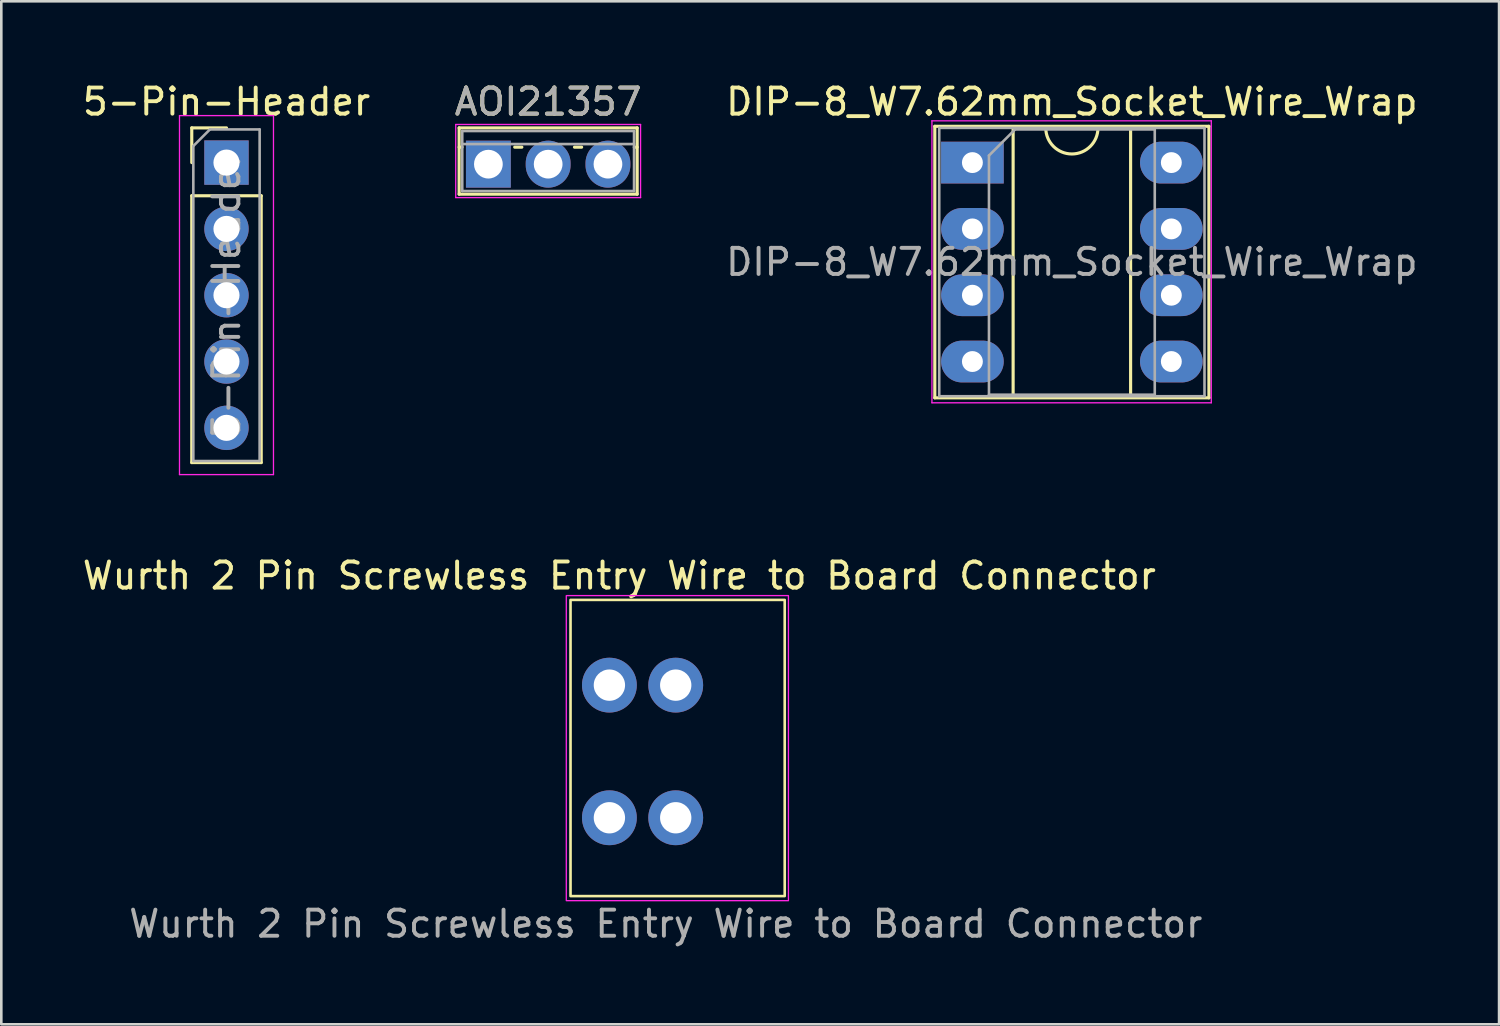
<source format=kicad_pcb>
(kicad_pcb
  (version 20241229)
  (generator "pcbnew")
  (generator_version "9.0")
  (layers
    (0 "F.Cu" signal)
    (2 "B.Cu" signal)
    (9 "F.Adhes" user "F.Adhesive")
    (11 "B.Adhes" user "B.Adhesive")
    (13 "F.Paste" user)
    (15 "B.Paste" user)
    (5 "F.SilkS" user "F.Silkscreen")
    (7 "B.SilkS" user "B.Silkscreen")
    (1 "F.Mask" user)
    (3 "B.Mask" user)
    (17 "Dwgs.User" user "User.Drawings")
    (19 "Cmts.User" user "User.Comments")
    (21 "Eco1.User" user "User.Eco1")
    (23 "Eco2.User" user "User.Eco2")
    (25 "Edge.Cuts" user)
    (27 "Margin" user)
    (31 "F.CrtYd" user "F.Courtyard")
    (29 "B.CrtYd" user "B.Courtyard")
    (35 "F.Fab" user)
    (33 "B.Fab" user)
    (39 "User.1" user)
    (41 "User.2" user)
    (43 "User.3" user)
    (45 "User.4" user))
  (footprint "Wurth 2 Pin Screwless Entry Wire to Board Connector"
    (layer "F.Cu")
    (at 21.562 25.733)
    (property "Reference" "Wurth 2 Pin Screwless Entry Wire to Board Connector" (at -0.889 -6.731 0) (unlocked yes) (layer "F.SilkS") (effects (font (size 1 1) (thickness 0.15))))
    (attr through_hole)
    (fp_rect (start -2.759 -5.805) (end 5.445 5.54) (stroke (width 0.1) (type default)) (fill no) (layer "F.SilkS"))
    (fp_rect (start -2.921 -5.969) (end 5.588 5.715) (stroke (width 0.05) (type default)) (fill no) (layer "F.CrtYd"))
    (fp_text user "${REFERENCE}" (at 0.889 6.604 0) (unlocked yes) (layer "F.Fab") (effects (font (size 1 1) (thickness 0.15))))
    (pad "1" thru_hole circle (at -1.27 -2.54) (size 2.1 2.1) (drill 1.2) (layers "*.Cu" "*.Mask"))
    (pad "1" thru_hole circle (at -1.27 2.54) (size 2.1 2.1) (drill 1.2) (layers "*.Cu" "*.Mask"))
    (pad "2" thru_hole circle (at 1.27 -2.54) (size 2.1 2.1) (drill 1.2) (layers "*.Cu" "*.Mask"))
    (pad "2" thru_hole circle (at 1.27 2.54) (size 2.1 2.1) (drill 1.2) (layers "*.Cu" "*.Mask")))
  (footprint "5-Pin-Header"
    (layer "F.Cu")
    (at 5.625 3.178)
    (property "Reference" "5-Pin-Header" (at 0 -2.33 0) (layer "F.SilkS") (effects (font (size 1 1) (thickness 0.15))))
    (attr through_hole)
    (fp_line (start -1.33 -1.33) (end 0 -1.33) (stroke (width 0.12) (type solid)) (layer "F.SilkS"))
    (fp_line (start -1.33 0) (end -1.33 -1.33) (stroke (width 0.12) (type solid)) (layer "F.SilkS"))
    (fp_line (start -1.33 1.27) (end -1.33 11.49) (stroke (width 0.12) (type solid)) (layer "F.SilkS"))
    (fp_line (start -1.33 1.27) (end 1.33 1.27) (stroke (width 0.12) (type solid)) (layer "F.SilkS"))
    (fp_line (start -1.33 11.49) (end 1.33 11.49) (stroke (width 0.12) (type solid)) (layer "F.SilkS"))
    (fp_line (start 1.33 1.27) (end 1.33 11.49) (stroke (width 0.12) (type solid)) (layer "F.SilkS"))
    (fp_line (start -1.8 -1.8) (end -1.8 11.95) (stroke (width 0.05) (type solid)) (layer "F.CrtYd"))
    (fp_line (start -1.8 11.95) (end 1.8 11.95) (stroke (width 0.05) (type solid)) (layer "F.CrtYd"))
    (fp_line (start 1.8 -1.8) (end -1.8 -1.8) (stroke (width 0.05) (type solid)) (layer "F.CrtYd"))
    (fp_line (start 1.8 11.95) (end 1.8 -1.8) (stroke (width 0.05) (type solid)) (layer "F.CrtYd"))
    (fp_line (start -1.27 -0.635) (end -0.635 -1.27) (stroke (width 0.1) (type solid)) (layer "F.Fab"))
    (fp_line (start -1.27 11.43) (end -1.27 -0.635) (stroke (width 0.1) (type solid)) (layer "F.Fab"))
    (fp_line (start -0.635 -1.27) (end 1.27 -1.27) (stroke (width 0.1) (type solid)) (layer "F.Fab"))
    (fp_line (start 1.27 -1.27) (end 1.27 11.43) (stroke (width 0.1) (type solid)) (layer "F.Fab"))
    (fp_line (start 1.27 11.43) (end -1.27 11.43) (stroke (width 0.1) (type solid)) (layer "F.Fab"))
    (fp_text user "${REFERENCE}" (at 0 5.08 90) (layer "F.Fab") (effects (font (size 1 1) (thickness 0.15))))
    (pad "1" thru_hole rect (at 0 0) (size 1.7 1.7) (drill 1) (layers "*.Cu" "*.Mask"))
    (pad "2" thru_hole oval (at 0 2.54) (size 1.7 1.7) (drill 1) (layers "*.Cu" "*.Mask"))
    (pad "3" thru_hole oval (at 0 5.08) (size 1.7 1.7) (drill 1) (layers "*.Cu" "*.Mask"))
    (pad "4" thru_hole oval (at 0 7.62) (size 1.7 1.7) (drill 1) (layers "*.Cu" "*.Mask"))
    (pad "5" thru_hole oval (at 0 10.16) (size 1.7 1.7) (drill 1) (layers "*.Cu" "*.Mask")))
  (footprint "AOI21357"
    (layer "F.Cu")
    (at 15.656 3.238)
    (property "Reference" "AOI21357" (at 2.29 -2.39 0) (layer "F.SilkS") (effects (font (size 1 1) (thickness 0.15))))
    (attr through_hole)
    (fp_line (start -1.12 -1.39) (end -1.12 1.15) (stroke (width 0.12) (type solid)) (layer "F.SilkS"))
    (fp_line (start -1.12 -1.39) (end 5.7 -1.39) (stroke (width 0.12) (type solid)) (layer "F.SilkS"))
    (fp_line (start -1.12 -0.651) (end -1.009 -0.651) (stroke (width 0.12) (type solid)) (layer "F.SilkS"))
    (fp_line (start -1.12 1.15) (end 5.7 1.15) (stroke (width 0.12) (type solid)) (layer "F.SilkS"))
    (fp_line (start 1.009 -0.651) (end 1.282 -0.651) (stroke (width 0.12) (type solid)) (layer "F.SilkS"))
    (fp_line (start 3.299 -0.651) (end 3.572 -0.651) (stroke (width 0.12) (type solid)) (layer "F.SilkS"))
    (fp_line (start 5.589 -0.651) (end 5.7 -0.651) (stroke (width 0.12) (type solid)) (layer "F.SilkS"))
    (fp_line (start 5.7 -1.39) (end 5.7 1.15) (stroke (width 0.12) (type solid)) (layer "F.SilkS"))
    (fp_line (start -1.25 -1.52) (end -1.25 1.28) (stroke (width 0.05) (type solid)) (layer "F.CrtYd"))
    (fp_line (start -1.25 1.28) (end 5.83 1.28) (stroke (width 0.05) (type solid)) (layer "F.CrtYd"))
    (fp_line (start 5.83 -1.52) (end -1.25 -1.52) (stroke (width 0.05) (type solid)) (layer "F.CrtYd"))
    (fp_line (start 5.83 1.28) (end 5.83 -1.52) (stroke (width 0.05) (type solid)) (layer "F.CrtYd"))
    (fp_line (start -1 -1.27) (end -1 1.03) (stroke (width 0.1) (type solid)) (layer "F.Fab"))
    (fp_line (start -1 -0.77) (end 5.58 -0.77) (stroke (width 0.1) (type solid)) (layer "F.Fab"))
    (fp_line (start -1 1.03) (end 5.58 1.03) (stroke (width 0.1) (type solid)) (layer "F.Fab"))
    (fp_line (start 5.58 -1.27) (end -1 -1.27) (stroke (width 0.1) (type solid)) (layer "F.Fab"))
    (fp_line (start 5.58 1.03) (end 5.58 -1.27) (stroke (width 0.1) (type solid)) (layer "F.Fab"))
    (fp_text user "${REFERENCE}" (at 2.29 -2.39 0) (layer "F.Fab") (effects (font (size 1 1) (thickness 0.15))))
    (pad "1" thru_hole rect (at 0 0) (size 1.718 1.8) (drill 1.1) (layers "*.Cu" "*.Mask"))
    (pad "2" thru_hole oval (at 2.29 0) (size 1.718 1.8) (drill 1.1) (layers "*.Cu" "*.Mask"))
    (pad "3" thru_hole oval (at 4.58 0) (size 1.718 1.8) (drill 1.1) (layers "*.Cu" "*.Mask")))
  (footprint "DIP-8_W7.62mm_Socket_Wire_Wrap"
    (layer "F.Cu")
    (at 34.196 3.178)
    (property "Reference" "DIP-8_W7.62mm_Socket_Wire_Wrap" (at 3.81 -2.33 0) (layer "F.SilkS") (effects (font (size 1 1) (thickness 0.15))))
    (attr through_hole)
    (fp_line (start -1.44 -1.39) (end -1.44 9.01) (stroke (width 0.12) (type solid)) (layer "F.SilkS"))
    (fp_line (start -1.44 9.01) (end 9.06 9.01) (stroke (width 0.12) (type solid)) (layer "F.SilkS"))
    (fp_line (start 1.56 -1.33) (end 1.56 8.95) (stroke (width 0.12) (type solid)) (layer "F.SilkS"))
    (fp_line (start 1.56 8.95) (end 6.06 8.95) (stroke (width 0.12) (type solid)) (layer "F.SilkS"))
    (fp_line (start 2.81 -1.33) (end 1.56 -1.33) (stroke (width 0.12) (type solid)) (layer "F.SilkS"))
    (fp_line (start 6.06 -1.33) (end 4.81 -1.33) (stroke (width 0.12) (type solid)) (layer "F.SilkS"))
    (fp_line (start 6.06 8.95) (end 6.06 -1.33) (stroke (width 0.12) (type solid)) (layer "F.SilkS"))
    (fp_line (start 9.06 -1.39) (end -1.44 -1.39) (stroke (width 0.12) (type solid)) (layer "F.SilkS"))
    (fp_line (start 9.06 9.01) (end 9.06 -1.39) (stroke (width 0.12) (type solid)) (layer "F.SilkS"))
    (fp_arc (start 4.81 -1.33) (mid 3.81 -0.33) (end 2.81 -1.33) (stroke (width 0.12) (type solid)) (layer "F.SilkS"))
    (fp_line (start -1.55 -1.6) (end -1.55 9.2) (stroke (width 0.05) (type solid)) (layer "F.CrtYd"))
    (fp_line (start -1.55 9.2) (end 9.15 9.2) (stroke (width 0.05) (type solid)) (layer "F.CrtYd"))
    (fp_line (start 9.15 -1.6) (end -1.55 -1.6) (stroke (width 0.05) (type solid)) (layer "F.CrtYd"))
    (fp_line (start 9.15 9.2) (end 9.15 -1.6) (stroke (width 0.05) (type solid)) (layer "F.CrtYd"))
    (fp_line (start -1.27 -1.33) (end -1.27 8.95) (stroke (width 0.1) (type solid)) (layer "F.Fab"))
    (fp_line (start -1.27 8.95) (end 8.89 8.95) (stroke (width 0.1) (type solid)) (layer "F.Fab"))
    (fp_line (start 0.635 -0.27) (end 1.635 -1.27) (stroke (width 0.1) (type solid)) (layer "F.Fab"))
    (fp_line (start 0.635 8.89) (end 0.635 -0.27) (stroke (width 0.1) (type solid)) (layer "F.Fab"))
    (fp_line (start 1.635 -1.27) (end 6.985 -1.27) (stroke (width 0.1) (type solid)) (layer "F.Fab"))
    (fp_line (start 6.985 -1.27) (end 6.985 8.89) (stroke (width 0.1) (type solid)) (layer "F.Fab"))
    (fp_line (start 6.985 8.89) (end 0.635 8.89) (stroke (width 0.1) (type solid)) (layer "F.Fab"))
    (fp_line (start 8.89 -1.33) (end -1.27 -1.33) (stroke (width 0.1) (type solid)) (layer "F.Fab"))
    (fp_line (start 8.89 8.95) (end 8.89 -1.33) (stroke (width 0.1) (type solid)) (layer "F.Fab"))
    (fp_text user "${REFERENCE}" (at 3.81 3.81 0) (layer "F.Fab") (effects (font (size 1 1) (thickness 0.15))))
    (pad "1" thru_hole rect (at 0 0) (size 2.4 1.6) (drill 0.8) (layers "*.Cu" "*.Mask"))
    (pad "2" thru_hole oval (at 0 2.54) (size 2.4 1.6) (drill 0.8) (layers "*.Cu" "*.Mask"))
    (pad "3" thru_hole oval (at 0 5.08) (size 2.4 1.6) (drill 0.8) (layers "*.Cu" "*.Mask"))
    (pad "4" thru_hole oval (at 0 7.62) (size 2.4 1.6) (drill 0.8) (layers "*.Cu" "*.Mask"))
    (pad "5" thru_hole oval (at 7.62 7.62) (size 2.4 1.6) (drill 0.8) (layers "*.Cu" "*.Mask"))
    (pad "6" thru_hole oval (at 7.62 5.08) (size 2.4 1.6) (drill 0.8) (layers "*.Cu" "*.Mask"))
    (pad "7" thru_hole oval (at 7.62 2.54) (size 2.4 1.6) (drill 0.8) (layers "*.Cu" "*.Mask"))
    (pad "8" thru_hole oval (at 7.62 0) (size 2.4 1.6) (drill 0.8) (layers "*.Cu" "*.Mask")))
  (gr_rect
    (start -3 -3)
    (end 54.369 36.185)
    (stroke (width 0.1) (type default))
    (fill no)
    (layer "Edge.Cuts")))
</source>
